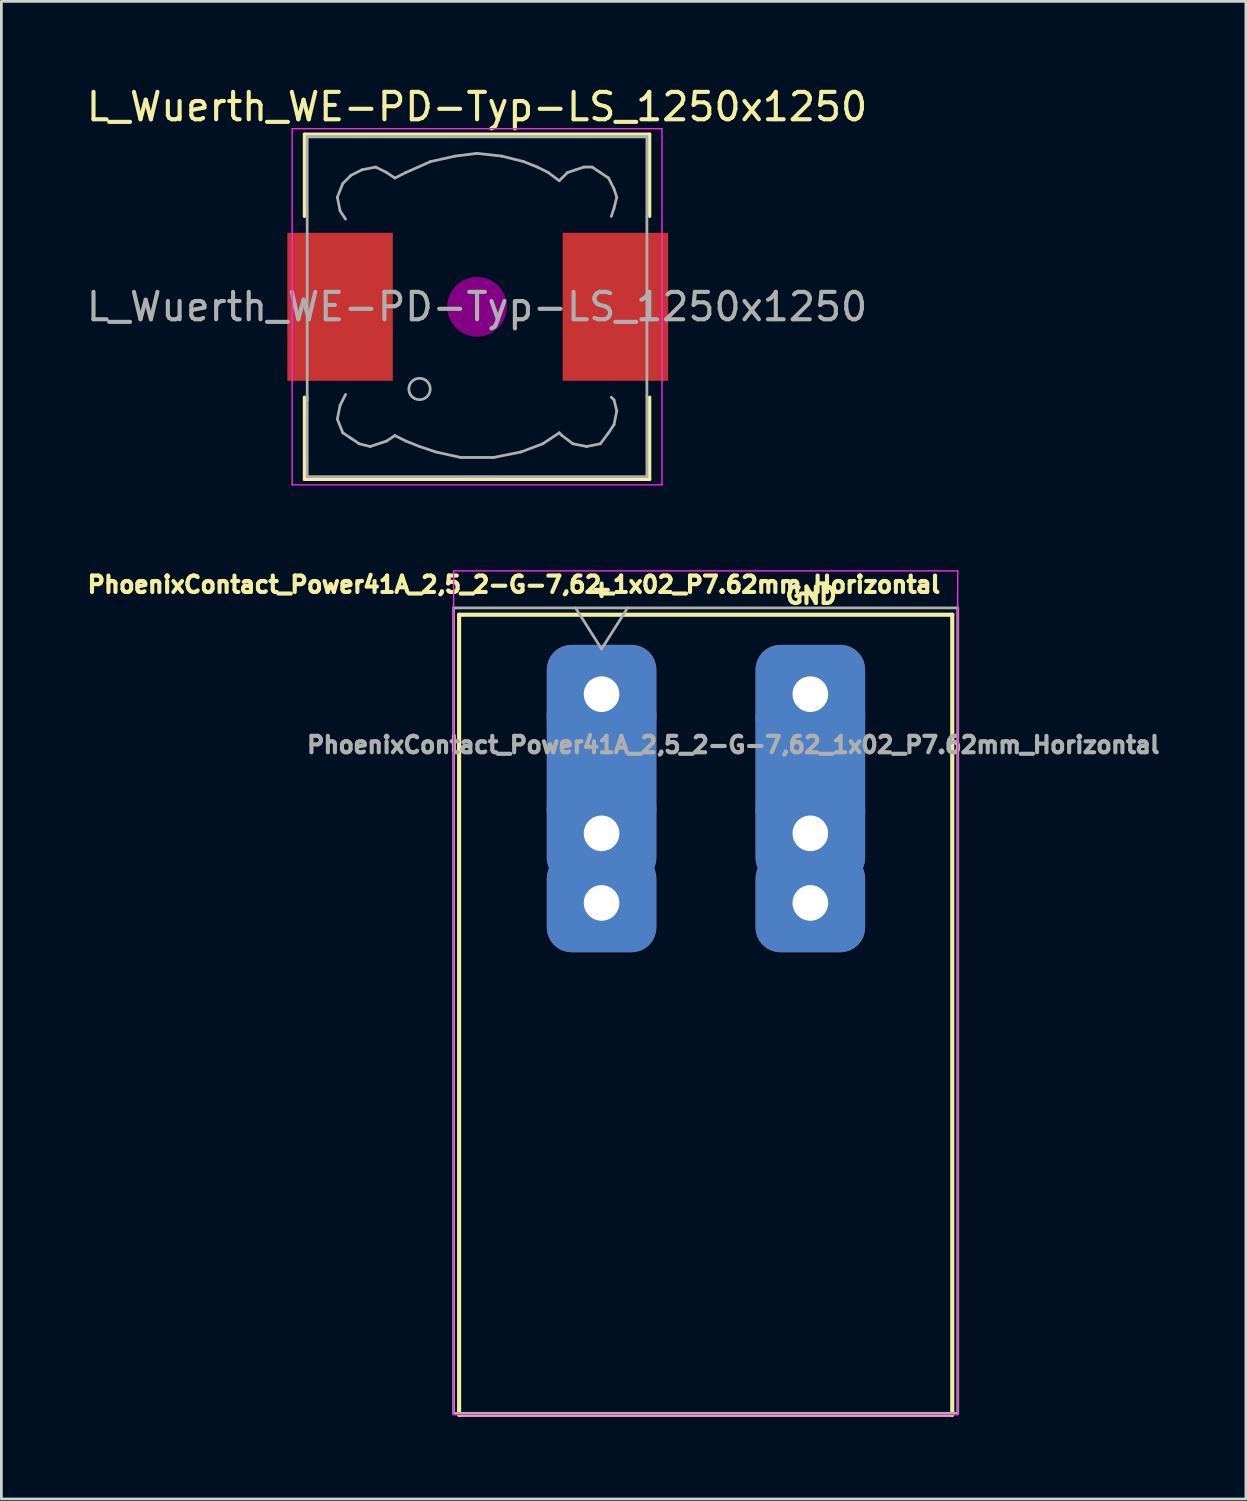
<source format=kicad_pcb>
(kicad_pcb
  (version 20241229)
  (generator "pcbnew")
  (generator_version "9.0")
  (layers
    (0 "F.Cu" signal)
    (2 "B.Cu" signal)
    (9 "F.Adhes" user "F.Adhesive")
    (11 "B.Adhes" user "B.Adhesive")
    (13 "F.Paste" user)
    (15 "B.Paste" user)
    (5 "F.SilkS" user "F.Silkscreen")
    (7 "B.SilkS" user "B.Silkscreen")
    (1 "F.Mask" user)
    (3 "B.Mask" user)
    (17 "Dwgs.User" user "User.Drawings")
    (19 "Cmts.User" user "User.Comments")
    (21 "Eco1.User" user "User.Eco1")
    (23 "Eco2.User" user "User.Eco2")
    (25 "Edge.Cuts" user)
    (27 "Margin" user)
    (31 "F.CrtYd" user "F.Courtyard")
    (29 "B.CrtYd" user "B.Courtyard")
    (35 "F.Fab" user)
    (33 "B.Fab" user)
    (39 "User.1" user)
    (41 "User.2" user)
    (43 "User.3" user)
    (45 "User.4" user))
  (footprint "L_Wuerth_WE-PD-Typ-LS_1250x1250"
    (layer "F.Cu")
    (at 14.363 8.148)
    (property "Reference" "L_Wuerth_WE-PD-Typ-LS_1250x1250" (at 0 -7.3 0) (layer "F.SilkS") (effects (font (size 1 1) (thickness 0.15))))
    (attr smd)
    (fp_line (start -6.3 -6.3) (end 6.3 -6.3) (stroke (width 0.12) (type solid)) (layer "F.SilkS"))
    (fp_line (start -6.3 -3.3) (end -6.3 -6.3) (stroke (width 0.12) (type solid)) (layer "F.SilkS"))
    (fp_line (start -6.3 6.3) (end -6.3 3.3) (stroke (width 0.12) (type solid)) (layer "F.SilkS"))
    (fp_line (start 6.3 -6.3) (end 6.3 -3.3) (stroke (width 0.12) (type solid)) (layer "F.SilkS"))
    (fp_line (start 6.3 3.3) (end 6.3 6.3) (stroke (width 0.12) (type solid)) (layer "F.SilkS"))
    (fp_line (start 6.3 6.3) (end -6.3 6.3) (stroke (width 0.12) (type solid)) (layer "F.SilkS"))
    (fp_circle (center 0 0) (end 0.15 0.15) (stroke (width 0.38) (type solid)) (fill no) (layer "F.Adhes"))
    (fp_circle (center 0 0) (end 0.55 0) (stroke (width 0.38) (type solid)) (fill no) (layer "F.Adhes"))
    (fp_circle (center 0 0) (end 0.9 0) (stroke (width 0.38) (type solid)) (fill no) (layer "F.Adhes"))
    (fp_line (start -6.75 -6.5) (end 6.75 -6.5) (stroke (width 0.05) (type solid)) (layer "F.CrtYd"))
    (fp_line (start -6.75 6.5) (end -6.75 -6.5) (stroke (width 0.05) (type solid)) (layer "F.CrtYd"))
    (fp_line (start 6.75 -6.5) (end 6.75 6.5) (stroke (width 0.05) (type solid)) (layer "F.CrtYd"))
    (fp_line (start 6.75 6.5) (end -6.75 6.5) (stroke (width 0.05) (type solid)) (layer "F.CrtYd"))
    (fp_line (start -6.2 -6.2) (end -6.2 -3.3) (stroke (width 0.1) (type solid)) (layer "F.Fab"))
    (fp_line (start -6.2 -3.3) (end -6.2 3.4) (stroke (width 0.1) (type solid)) (layer "F.Fab"))
    (fp_line (start -6.2 3.3) (end -6.2 6.2) (stroke (width 0.1) (type solid)) (layer "F.Fab"))
    (fp_line (start -6.2 6.2) (end 6.2 6.2) (stroke (width 0.1) (type solid)) (layer "F.Fab"))
    (fp_line (start -5.1 -4) (end -5 -3.5) (stroke (width 0.1) (type solid)) (layer "F.Fab"))
    (fp_line (start -5.1 4.1) (end -5 3.6) (stroke (width 0.1) (type solid)) (layer "F.Fab"))
    (fp_line (start -5 -3.5) (end -4.8 -3.2) (stroke (width 0.1) (type solid)) (layer "F.Fab"))
    (fp_line (start -5 3.6) (end -4.8 3.2) (stroke (width 0.1) (type solid)) (layer "F.Fab"))
    (fp_line (start -4.9 -4.5) (end -5.1 -4) (stroke (width 0.1) (type solid)) (layer "F.Fab"))
    (fp_line (start -4.9 4.6) (end -5.1 4.1) (stroke (width 0.1) (type solid)) (layer "F.Fab"))
    (fp_line (start -4.6 -4.8) (end -4.9 -4.5) (stroke (width 0.1) (type solid)) (layer "F.Fab"))
    (fp_line (start -4.6 4.8) (end -4.9 4.6) (stroke (width 0.1) (type solid)) (layer "F.Fab"))
    (fp_line (start -4.3 5) (end -4.6 4.8) (stroke (width 0.1) (type solid)) (layer "F.Fab"))
    (fp_line (start -4.2 -5) (end -4.6 -4.8) (stroke (width 0.1) (type solid)) (layer "F.Fab"))
    (fp_line (start -3.9 5.1) (end -4.3 5) (stroke (width 0.1) (type solid)) (layer "F.Fab"))
    (fp_line (start -3.7 -5.1) (end -4.2 -5) (stroke (width 0.1) (type solid)) (layer "F.Fab"))
    (fp_line (start -3.3 -4.9) (end -3.7 -5.1) (stroke (width 0.1) (type solid)) (layer "F.Fab"))
    (fp_line (start -3.3 4.9) (end -3.9 5.1) (stroke (width 0.1) (type solid)) (layer "F.Fab"))
    (fp_line (start -3 -4.7) (end -3.3 -4.9) (stroke (width 0.1) (type solid)) (layer "F.Fab"))
    (fp_line (start -3 4.7) (end -3.3 4.9) (stroke (width 0.1) (type solid)) (layer "F.Fab"))
    (fp_line (start -2.6 -4.9) (end -3 -4.7) (stroke (width 0.1) (type solid)) (layer "F.Fab"))
    (fp_line (start -2.6 4.9) (end -3 4.7) (stroke (width 0.1) (type solid)) (layer "F.Fab"))
    (fp_line (start -2.1 5.1) (end -2.6 4.9) (stroke (width 0.1) (type solid)) (layer "F.Fab"))
    (fp_line (start -1.7 -5.3) (end -2.6 -4.9) (stroke (width 0.1) (type solid)) (layer "F.Fab"))
    (fp_line (start -1.5 5.3) (end -2.1 5.1) (stroke (width 0.1) (type solid)) (layer "F.Fab"))
    (fp_line (start -0.8 -5.5) (end -1.7 -5.3) (stroke (width 0.1) (type solid)) (layer "F.Fab"))
    (fp_line (start -0.6 5.5) (end -1.5 5.3) (stroke (width 0.1) (type solid)) (layer "F.Fab"))
    (fp_line (start 0 -5.6) (end -0.8 -5.5) (stroke (width 0.1) (type solid)) (layer "F.Fab"))
    (fp_line (start 0.6 5.5) (end -0.6 5.5) (stroke (width 0.1) (type solid)) (layer "F.Fab"))
    (fp_line (start 0.9 -5.5) (end 0 -5.6) (stroke (width 0.1) (type solid)) (layer "F.Fab"))
    (fp_line (start 1.6 5.3) (end 0.6 5.5) (stroke (width 0.1) (type solid)) (layer "F.Fab"))
    (fp_line (start 1.7 -5.3) (end 0.9 -5.5) (stroke (width 0.1) (type solid)) (layer "F.Fab"))
    (fp_line (start 2.2 -5.1) (end 1.7 -5.3) (stroke (width 0.1) (type solid)) (layer "F.Fab"))
    (fp_line (start 2.4 5) (end 1.6 5.3) (stroke (width 0.1) (type solid)) (layer "F.Fab"))
    (fp_line (start 2.6 -4.9) (end 2.2 -5.1) (stroke (width 0.1) (type solid)) (layer "F.Fab"))
    (fp_line (start 3 -4.6) (end 2.6 -4.9) (stroke (width 0.1) (type solid)) (layer "F.Fab"))
    (fp_line (start 3 4.6) (end 2.4 5) (stroke (width 0.1) (type solid)) (layer "F.Fab"))
    (fp_line (start 3.1 4.7) (end 3 4.6) (stroke (width 0.1) (type solid)) (layer "F.Fab"))
    (fp_line (start 3.3 -4.9) (end 3 -4.6) (stroke (width 0.1) (type solid)) (layer "F.Fab"))
    (fp_line (start 3.5 5) (end 3.1 4.7) (stroke (width 0.1) (type solid)) (layer "F.Fab"))
    (fp_line (start 3.6 -5) (end 3.3 -4.9) (stroke (width 0.1) (type solid)) (layer "F.Fab"))
    (fp_line (start 3.9 -5.1) (end 3.6 -5) (stroke (width 0.1) (type solid)) (layer "F.Fab"))
    (fp_line (start 4 5.1) (end 3.5 5) (stroke (width 0.1) (type solid)) (layer "F.Fab"))
    (fp_line (start 4.2 -5.1) (end 3.9 -5.1) (stroke (width 0.1) (type solid)) (layer "F.Fab"))
    (fp_line (start 4.5 -4.9) (end 4.2 -5.1) (stroke (width 0.1) (type solid)) (layer "F.Fab"))
    (fp_line (start 4.5 5) (end 4 5.1) (stroke (width 0.1) (type solid)) (layer "F.Fab"))
    (fp_line (start 4.8 -4.7) (end 4.5 -4.9) (stroke (width 0.1) (type solid)) (layer "F.Fab"))
    (fp_line (start 4.8 4.6) (end 4.5 5) (stroke (width 0.1) (type solid)) (layer "F.Fab"))
    (fp_line (start 4.9 -3.3) (end 5 -3.6) (stroke (width 0.1) (type solid)) (layer "F.Fab"))
    (fp_line (start 4.9 3.3) (end 5 3.4) (stroke (width 0.1) (type solid)) (layer "F.Fab"))
    (fp_line (start 5 -4.3) (end 4.8 -4.7) (stroke (width 0.1) (type solid)) (layer "F.Fab"))
    (fp_line (start 5 -3.6) (end 5.1 -4) (stroke (width 0.1) (type solid)) (layer "F.Fab"))
    (fp_line (start 5 3.4) (end 5.1 3.8) (stroke (width 0.1) (type solid)) (layer "F.Fab"))
    (fp_line (start 5 4.3) (end 4.8 4.6) (stroke (width 0.1) (type solid)) (layer "F.Fab"))
    (fp_line (start 5.1 -4) (end 5 -4.3) (stroke (width 0.1) (type solid)) (layer "F.Fab"))
    (fp_line (start 5.1 3.8) (end 5 4.3) (stroke (width 0.1) (type solid)) (layer "F.Fab"))
    (fp_line (start 6.2 -6.2) (end -6.2 -6.2) (stroke (width 0.1) (type solid)) (layer "F.Fab"))
    (fp_line (start 6.2 -6.2) (end 6.2 -3.3) (stroke (width 0.1) (type solid)) (layer "F.Fab"))
    (fp_line (start 6.2 3.3) (end 6.2 -3.3) (stroke (width 0.1) (type solid)) (layer "F.Fab"))
    (fp_line (start 6.2 6.2) (end 6.2 3.3) (stroke (width 0.1) (type solid)) (layer "F.Fab"))
    (fp_circle (center -2.1 3) (end -1.8 3.25) (stroke (width 0.1) (type solid)) (fill no) (layer "F.Fab"))
    (fp_text user "${REFERENCE}" (at 0 0 0) (layer "F.Fab") (effects (font (size 1 1) (thickness 0.15))))
    (pad "1" smd rect (at -5 0) (size 3.85 5.4) (layers "F.Cu" "F.Mask" "F.Paste"))
    (pad "2" smd rect (at 5.05 0) (size 3.85 5.4) (layers "F.Cu" "F.Mask" "F.Paste")))
  (footprint "PhoenixContact_Power41A_2,5_2-G-7,62_1x02_P7.62mm_Horizontal"
    (layer "F.Cu")
    (at 18.908 22.288)
    (property "Reference" "PhoenixContact_Power41A_2,5_2-G-7,62_1x02_P7.62mm_Horizontal" (at -3.2 -4 0) (layer "F.SilkS") (effects (font (size 0.6 0.6) (thickness 0.15))))
    (attr through_hole)
    (fp_line (start -5.2 -2.9) (end 12.8 -2.9) (stroke (width 0.15) (type solid)) (layer "F.SilkS"))
    (fp_line (start -5.2 26.3) (end -5.2 -2.9) (stroke (width 0.15) (type solid)) (layer "F.SilkS"))
    (fp_line (start 12.8 -2.9) (end 12.8 26.3) (stroke (width 0.15) (type solid)) (layer "F.SilkS"))
    (fp_line (start 12.8 26.3) (end -5.2 26.3) (stroke (width 0.15) (type solid)) (layer "F.SilkS"))
    (fp_line (start -5.4 -4.5) (end -5.4 26.3) (stroke (width 0.05) (type solid)) (layer "F.CrtYd"))
    (fp_line (start -5.4 26.3) (end 13 26.3) (stroke (width 0.05) (type solid)) (layer "F.CrtYd"))
    (fp_line (start 13 -4.5) (end -5.4 -4.5) (stroke (width 0.05) (type solid)) (layer "F.CrtYd"))
    (fp_line (start 13 26.3) (end 13 -4.5) (stroke (width 0.05) (type solid)) (layer "F.CrtYd"))
    (fp_line (start -5.4 -3.15) (end -5.4 26.25) (stroke (width 0.1) (type solid)) (layer "F.Fab"))
    (fp_line (start -5.4 26.25) (end 13 26.25) (stroke (width 0.1) (type solid)) (layer "F.Fab"))
    (fp_line (start 0 -1.65) (end -0.95 -3.15) (stroke (width 0.1) (type solid)) (layer "F.Fab"))
    (fp_line (start 0.95 -3.15) (end 0 -1.65) (stroke (width 0.1) (type solid)) (layer "F.Fab"))
    (fp_line (start 13 -3.15) (end -5.4 -3.15) (stroke (width 0.1) (type solid)) (layer "F.Fab"))
    (fp_line (start 13 26.25) (end 13 -3.15) (stroke (width 0.1) (type solid)) (layer "F.Fab"))
    (fp_text user "+" (at 0 -3.85 0) (layer "F.SilkS") (effects (font (size 0.6 0.6) (thickness 0.15))))
    (fp_text user "GND" (at 7.65 -3.6 0) (layer "F.SilkS") (effects (font (size 0.6 0.6) (thickness 0.15))))
    (fp_text user "${REFERENCE}" (at 4.81 1.85 0) (layer "F.Fab") (effects (font (size 0.6 0.6) (thickness 0.15))))
    (pad "1" thru_hole roundrect (at 0 0) (size 4 3.6) (drill 1.3) (layers "*.Cu" "*.Mask") (roundrect_rratio 0.25))
    (pad "1" smd rect (at 0 2.5) (size 4 3.6) (layers "F.Cu"))
    (pad "1" smd rect (at 0 2.5) (size 4 3.6) (layers "B.Cu"))
    (pad "1" thru_hole roundrect (at 0 5.08) (size 4 3.6) (drill 1.3) (layers "*.Cu" "*.Mask") (roundrect_rratio 0.25))
    (pad "1" thru_hole roundrect (at 0 7.62) (size 4 3.6) (drill 1.3) (layers "*.Cu" "*.Mask") (roundrect_rratio 0.25))
    (pad "2" thru_hole roundrect (at 7.62 0) (size 4 3.6) (drill 1.3) (layers "*.Cu" "*.Mask") (roundrect_rratio 0.25))
    (pad "2" smd rect (at 7.62 2.55) (size 4 3.6) (layers "F.Cu"))
    (pad "2" smd rect (at 7.62 2.55) (size 4 3.6) (layers "B.Cu"))
    (pad "2" thru_hole roundrect (at 7.62 5.08) (size 4 3.6) (drill 1.3) (layers "*.Cu" "*.Mask") (roundrect_rratio 0.25))
    (pad "2" thru_hole roundrect (at 7.62 7.62) (size 4 3.6) (drill 1.3) (layers "*.Cu" "*.Mask") (roundrect_rratio 0.25)))
  (gr_rect
    (start -3 -3)
    (end 42.426 51.663)
    (stroke (width 0.1) (type default))
    (fill no)
    (layer "Edge.Cuts")))
</source>
